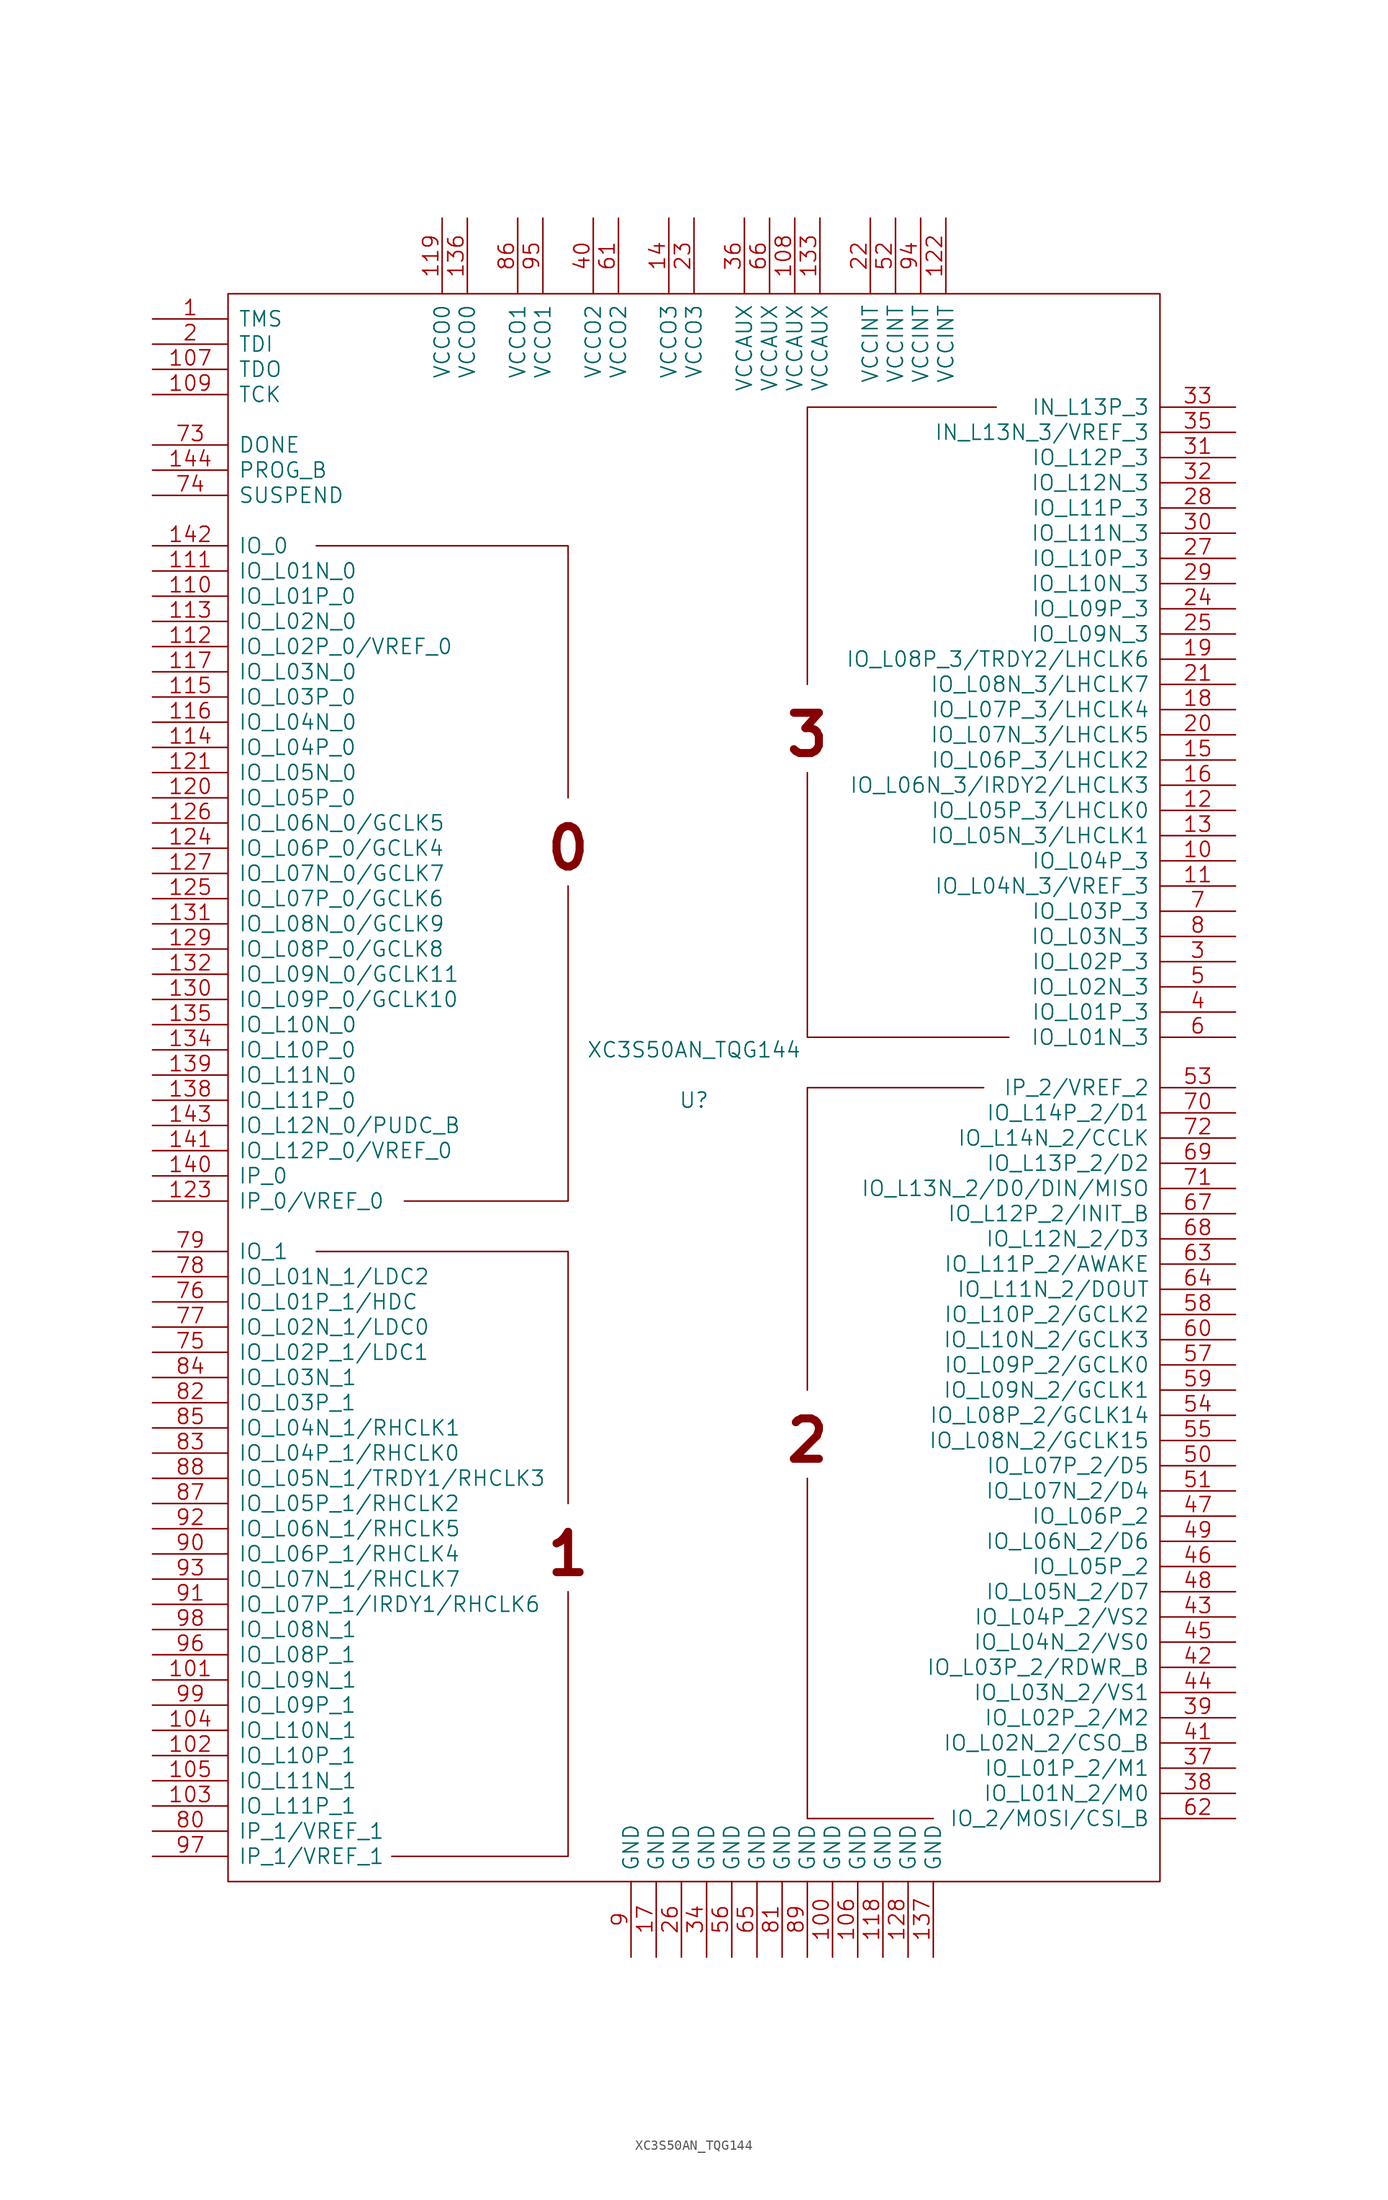
<source format=kicad_sym>
(kicad_symbol_lib
  (version 20211014)
  (generator kicad_symbol_editor)
  (symbol "XC3S50AN_TQG144"
    (pin_names
      (offset 1.016))
    (property "Reference" "U"
      (at 0 0 0)
      (effects (font (size 1.524 1.524))))
    (property "Value" "XC3S50AN_TQG144"
      (at 0 5.08 0)
      (effects (font (size 1.524 1.524))))
    (property "Footprint" ""
      (at 0 0 0)
      (effects (font (size 1.524 1.524))))
    (property "Datasheet" ""
      (at 0 0 0)
      (effects (font (size 1.524 1.524))))
    (symbol "XC3S50AN_TQG144_0_0"
      (text "0" (at -12.7 25.4 0) (effects (font (size 4.064 4.064) bold)))
      (text "1" (at -12.7 -45.72 0) (effects (font (size 4.064 4.064) bold)))
      (text "2" (at 11.43 -34.29 0) (effects (font (size 4.064 4.064) bold)))
      (text "3" (at 11.43 36.83 0) (effects (font (size 4.064 4.064) bold))))
    (symbol "XC3S50AN_TQG144_0_1"
      (rectangle (start -46.99 81.28) (end 46.99 -78.74) (stroke (width 0) (type default) (color 0 0 0 0)) (fill (type none)))
      (polyline (pts (xy -38.1 55.88) (xy -12.7 55.88) (xy -12.7 30.48) (xy -12.7 30.48)) (stroke (width 0) (type default) (color 0 0 0 0)) (fill (type none)))
      (polyline (pts (xy -29.21 -10.16) (xy -12.7 -10.16) (xy -12.7 21.59) (xy -12.7 21.59)) (stroke (width 0) (type default) (color 0 0 0 0)) (fill (type none)))
      (polyline (pts (xy -12.7 -40.64) (xy -12.7 -15.24) (xy -38.1 -15.24) (xy -38.1 -15.24)) (stroke (width 0) (type default) (color 0 0 0 0)) (fill (type none)))
      (polyline (pts (xy 24.13 -72.39) (xy 11.43 -72.39) (xy 11.43 -38.1) (xy 11.43 -38.1)) (stroke (width 0) (type default) (color 0 0 0 0)) (fill (type none)))
      (polyline (pts (xy 29.21 1.27) (xy 11.43 1.27) (xy 11.43 -29.21) (xy 11.43 -29.21)) (stroke (width 0) (type default) (color 0 0 0 0)) (fill (type none)))
      (polyline (pts (xy 30.48 69.85) (xy 11.43 69.85) (xy 11.43 41.91) (xy 11.43 41.91)) (stroke (width 0) (type default) (color 0 0 0 0)) (fill (type none)))
      (polyline (pts (xy 31.75 6.35) (xy 11.43 6.35) (xy 11.43 33.02) (xy 11.43 33.02)) (stroke (width 0) (type default) (color 0 0 0 0)) (fill (type none)))
      (polyline (pts (xy -30.48 -76.2) (xy -13.97 -76.2) (xy -12.7 -76.2) (xy -12.7 -49.53) (xy -12.7 -49.53)) (stroke (width 0) (type default) (color 0 0 0 0)) (fill (type none))))
    (symbol "XC3S50AN_TQG144_1_1"
      (pin input line (at -54.61 78.74 0) (length 7.62) (name "TMS" (effects (font (size 1.524 1.524)))) (number "1" (effects (font (size 1.524 1.524)))))
      (pin bidirectional line (at 54.61 24.13 180) (length 7.62) (name "IO_L04P_3" (effects (font (size 1.524 1.524)))) (number "10" (effects (font (size 1.524 1.524)))))
      (pin power_in line (at 13.97 -86.36 90) (length 7.62) (name "GND" (effects (font (size 1.524 1.524)))) (number "100" (effects (font (size 1.524 1.524)))))
      (pin bidirectional line (at -54.61 -58.42 0) (length 7.62) (name "IO_L09N_1" (effects (font (size 1.524 1.524)))) (number "101" (effects (font (size 1.524 1.524)))))
      (pin bidirectional line (at -54.61 -66.04 0) (length 7.62) (name "IO_L10P_1" (effects (font (size 1.524 1.524)))) (number "102" (effects (font (size 1.524 1.524)))))
      (pin bidirectional line (at -54.61 -71.12 0) (length 7.62) (name "IO_L11P_1" (effects (font (size 1.524 1.524)))) (number "103" (effects (font (size 1.524 1.524)))))
      (pin bidirectional line (at -54.61 -63.5 0) (length 7.62) (name "IO_L10N_1" (effects (font (size 1.524 1.524)))) (number "104" (effects (font (size 1.524 1.524)))))
      (pin bidirectional line (at -54.61 -68.58 0) (length 7.62) (name "IO_L11N_1" (effects (font (size 1.524 1.524)))) (number "105" (effects (font (size 1.524 1.524)))))
      (pin power_in line (at 16.51 -86.36 90) (length 7.62) (name "GND" (effects (font (size 1.524 1.524)))) (number "106" (effects (font (size 1.524 1.524)))))
      (pin output line (at -54.61 73.66 0) (length 7.62) (name "TDO" (effects (font (size 1.524 1.524)))) (number "107" (effects (font (size 1.524 1.524)))))
      (pin power_in line (at 10.16 88.9 270) (length 7.62) (name "VCCAUX" (effects (font (size 1.524 1.524)))) (number "108" (effects (font (size 1.524 1.524)))))
      (pin input line (at -54.61 71.12 0) (length 7.62) (name "TCK" (effects (font (size 1.524 1.524)))) (number "109" (effects (font (size 1.524 1.524)))))
      (pin bidirectional line (at 54.61 21.59 180) (length 7.62) (name "IO_L04N_3/VREF_3" (effects (font (size 1.524 1.524)))) (number "11" (effects (font (size 1.524 1.524)))))
      (pin bidirectional line (at -54.61 50.8 0) (length 7.62) (name "IO_L01P_0" (effects (font (size 1.524 1.524)))) (number "110" (effects (font (size 1.524 1.524)))))
      (pin bidirectional line (at -54.61 53.34 0) (length 7.62) (name "IO_L01N_0" (effects (font (size 1.524 1.524)))) (number "111" (effects (font (size 1.524 1.524)))))
      (pin bidirectional line (at -54.61 45.72 0) (length 7.62) (name "IO_L02P_0/VREF_0" (effects (font (size 1.524 1.524)))) (number "112" (effects (font (size 1.524 1.524)))))
      (pin bidirectional line (at -54.61 48.26 0) (length 7.62) (name "IO_L02N_0" (effects (font (size 1.524 1.524)))) (number "113" (effects (font (size 1.524 1.524)))))
      (pin bidirectional line (at -54.61 35.56 0) (length 7.62) (name "IO_L04P_0" (effects (font (size 1.524 1.524)))) (number "114" (effects (font (size 1.524 1.524)))))
      (pin bidirectional line (at -54.61 40.64 0) (length 7.62) (name "IO_L03P_0" (effects (font (size 1.524 1.524)))) (number "115" (effects (font (size 1.524 1.524)))))
      (pin bidirectional line (at -54.61 38.1 0) (length 7.62) (name "IO_L04N_0" (effects (font (size 1.524 1.524)))) (number "116" (effects (font (size 1.524 1.524)))))
      (pin bidirectional line (at -54.61 43.18 0) (length 7.62) (name "IO_L03N_0" (effects (font (size 1.524 1.524)))) (number "117" (effects (font (size 1.524 1.524)))))
      (pin power_in line (at 19.05 -86.36 90) (length 7.62) (name "GND" (effects (font (size 1.524 1.524)))) (number "118" (effects (font (size 1.524 1.524)))))
      (pin power_in line (at -25.4 88.9 270) (length 7.62) (name "VCCO0" (effects (font (size 1.524 1.524)))) (number "119" (effects (font (size 1.524 1.524)))))
      (pin bidirectional line (at 54.61 29.21 180) (length 7.62) (name "IO_L05P_3/LHCLK0" (effects (font (size 1.524 1.524)))) (number "12" (effects (font (size 1.524 1.524)))))
      (pin bidirectional line (at -54.61 30.48 0) (length 7.62) (name "IO_L05P_0" (effects (font (size 1.524 1.524)))) (number "120" (effects (font (size 1.524 1.524)))))
      (pin bidirectional line (at -54.61 33.02 0) (length 7.62) (name "IO_L05N_0" (effects (font (size 1.524 1.524)))) (number "121" (effects (font (size 1.524 1.524)))))
      (pin power_in line (at 25.4 88.9 270) (length 7.62) (name "VCCINT" (effects (font (size 1.524 1.524)))) (number "122" (effects (font (size 1.524 1.524)))))
      (pin input line (at -54.61 -10.16 0) (length 7.62) (name "IP_0/VREF_0" (effects (font (size 1.524 1.524)))) (number "123" (effects (font (size 1.524 1.524)))))
      (pin bidirectional line (at -54.61 25.4 0) (length 7.62) (name "IO_L06P_0/GCLK4" (effects (font (size 1.524 1.524)))) (number "124" (effects (font (size 1.524 1.524)))))
      (pin bidirectional line (at -54.61 20.32 0) (length 7.62) (name "IO_L07P_0/GCLK6" (effects (font (size 1.524 1.524)))) (number "125" (effects (font (size 1.524 1.524)))))
      (pin bidirectional line (at -54.61 27.94 0) (length 7.62) (name "IO_L06N_0/GCLK5" (effects (font (size 1.524 1.524)))) (number "126" (effects (font (size 1.524 1.524)))))
      (pin bidirectional line (at -54.61 22.86 0) (length 7.62) (name "IO_L07N_0/GCLK7" (effects (font (size 1.524 1.524)))) (number "127" (effects (font (size 1.524 1.524)))))
      (pin power_in line (at 21.59 -86.36 90) (length 7.62) (name "GND" (effects (font (size 1.524 1.524)))) (number "128" (effects (font (size 1.524 1.524)))))
      (pin bidirectional line (at -54.61 15.24 0) (length 7.62) (name "IO_L08P_0/GCLK8" (effects (font (size 1.524 1.524)))) (number "129" (effects (font (size 1.524 1.524)))))
      (pin bidirectional line (at 54.61 26.67 180) (length 7.62) (name "IO_L05N_3/LHCLK1" (effects (font (size 1.524 1.524)))) (number "13" (effects (font (size 1.524 1.524)))))
      (pin bidirectional line (at -54.61 10.16 0) (length 7.62) (name "IO_L09P_0/GCLK10" (effects (font (size 1.524 1.524)))) (number "130" (effects (font (size 1.524 1.524)))))
      (pin bidirectional line (at -54.61 17.78 0) (length 7.62) (name "IO_L08N_0/GCLK9" (effects (font (size 1.524 1.524)))) (number "131" (effects (font (size 1.524 1.524)))))
      (pin bidirectional line (at -54.61 12.7 0) (length 7.62) (name "IO_L09N_0/GCLK11" (effects (font (size 1.524 1.524)))) (number "132" (effects (font (size 1.524 1.524)))))
      (pin power_in line (at 12.7 88.9 270) (length 7.62) (name "VCCAUX" (effects (font (size 1.524 1.524)))) (number "133" (effects (font (size 1.524 1.524)))))
      (pin bidirectional line (at -54.61 5.08 0) (length 7.62) (name "IO_L10P_0" (effects (font (size 1.524 1.524)))) (number "134" (effects (font (size 1.524 1.524)))))
      (pin bidirectional line (at -54.61 7.62 0) (length 7.62) (name "IO_L10N_0" (effects (font (size 1.524 1.524)))) (number "135" (effects (font (size 1.524 1.524)))))
      (pin power_in line (at -22.86 88.9 270) (length 7.62) (name "VCCO0" (effects (font (size 1.524 1.524)))) (number "136" (effects (font (size 1.524 1.524)))))
      (pin power_in line (at 24.13 -86.36 90) (length 7.62) (name "GND" (effects (font (size 1.524 1.524)))) (number "137" (effects (font (size 1.524 1.524)))))
      (pin bidirectional line (at -54.61 0 0) (length 7.62) (name "IO_L11P_0" (effects (font (size 1.524 1.524)))) (number "138" (effects (font (size 1.524 1.524)))))
      (pin bidirectional line (at -54.61 2.54 0) (length 7.62) (name "IO_L11N_0" (effects (font (size 1.524 1.524)))) (number "139" (effects (font (size 1.524 1.524)))))
      (pin passive line (at -2.54 88.9 270) (length 7.62) (name "VCCO3" (effects (font (size 1.524 1.524)))) (number "14" (effects (font (size 1.524 1.524)))))
      (pin input line (at -54.61 -7.62 0) (length 7.62) (name "IP_0" (effects (font (size 1.524 1.524)))) (number "140" (effects (font (size 1.524 1.524)))))
      (pin bidirectional line (at -54.61 -5.08 0) (length 7.62) (name "IO_L12P_0/VREF_0" (effects (font (size 1.524 1.524)))) (number "141" (effects (font (size 1.524 1.524)))))
      (pin bidirectional line (at -54.61 55.88 0) (length 7.62) (name "IO_0" (effects (font (size 1.524 1.524)))) (number "142" (effects (font (size 1.524 1.524)))))
      (pin bidirectional line (at -54.61 -2.54 0) (length 7.62) (name "IO_L12N_0/PUDC_B" (effects (font (size 1.524 1.524)))) (number "143" (effects (font (size 1.524 1.524)))))
      (pin bidirectional line (at -54.61 63.5 0) (length 7.62) (name "PROG_B" (effects (font (size 1.524 1.524)))) (number "144" (effects (font (size 1.524 1.524)))))
      (pin bidirectional line (at 54.61 34.29 180) (length 7.62) (name "IO_L06P_3/LHCLK2" (effects (font (size 1.524 1.524)))) (number "15" (effects (font (size 1.524 1.524)))))
      (pin bidirectional line (at 54.61 31.75 180) (length 7.62) (name "IO_L06N_3/IRDY2/LHCLK3" (effects (font (size 1.524 1.524)))) (number "16" (effects (font (size 1.524 1.524)))))
      (pin power_in line (at -3.81 -86.36 90) (length 7.62) (name "GND" (effects (font (size 1.524 1.524)))) (number "17" (effects (font (size 1.524 1.524)))))
      (pin bidirectional line (at 54.61 39.37 180) (length 7.62) (name "IO_L07P_3/LHCLK4" (effects (font (size 1.524 1.524)))) (number "18" (effects (font (size 1.524 1.524)))))
      (pin bidirectional line (at 54.61 44.45 180) (length 7.62) (name "IO_L08P_3/TRDY2/LHCLK6" (effects (font (size 1.524 1.524)))) (number "19" (effects (font (size 1.524 1.524)))))
      (pin input line (at -54.61 76.2 0) (length 7.62) (name "TDI" (effects (font (size 1.524 1.524)))) (number "2" (effects (font (size 1.524 1.524)))))
      (pin bidirectional line (at 54.61 36.83 180) (length 7.62) (name "IO_L07N_3/LHCLK5" (effects (font (size 1.524 1.524)))) (number "20" (effects (font (size 1.524 1.524)))))
      (pin bidirectional line (at 54.61 41.91 180) (length 7.62) (name "IO_L08N_3/LHCLK7" (effects (font (size 1.524 1.524)))) (number "21" (effects (font (size 1.524 1.524)))))
      (pin power_in line (at 17.78 88.9 270) (length 7.62) (name "VCCINT" (effects (font (size 1.524 1.524)))) (number "22" (effects (font (size 1.524 1.524)))))
      (pin power_in line (at 0 88.9 270) (length 7.62) (name "VCCO3" (effects (font (size 1.524 1.524)))) (number "23" (effects (font (size 1.524 1.524)))))
      (pin bidirectional line (at 54.61 49.53 180) (length 7.62) (name "IO_L09P_3" (effects (font (size 1.524 1.524)))) (number "24" (effects (font (size 1.524 1.524)))))
      (pin bidirectional line (at 54.61 46.99 180) (length 7.62) (name "IO_L09N_3" (effects (font (size 1.524 1.524)))) (number "25" (effects (font (size 1.524 1.524)))))
      (pin power_in line (at -1.27 -86.36 90) (length 7.62) (name "GND" (effects (font (size 1.524 1.524)))) (number "26" (effects (font (size 1.524 1.524)))))
      (pin bidirectional line (at 54.61 54.61 180) (length 7.62) (name "IO_L10P_3" (effects (font (size 1.524 1.524)))) (number "27" (effects (font (size 1.524 1.524)))))
      (pin bidirectional line (at 54.61 59.69 180) (length 7.62) (name "IO_L11P_3" (effects (font (size 1.524 1.524)))) (number "28" (effects (font (size 1.524 1.524)))))
      (pin bidirectional line (at 54.61 52.07 180) (length 7.62) (name "IO_L10N_3" (effects (font (size 1.524 1.524)))) (number "29" (effects (font (size 1.524 1.524)))))
      (pin bidirectional line (at 54.61 13.97 180) (length 7.62) (name "IO_L02P_3" (effects (font (size 1.524 1.524)))) (number "3" (effects (font (size 1.524 1.524)))))
      (pin bidirectional line (at 54.61 57.15 180) (length 7.62) (name "IO_L11N_3" (effects (font (size 1.524 1.524)))) (number "30" (effects (font (size 1.524 1.524)))))
      (pin bidirectional line (at 54.61 64.77 180) (length 7.62) (name "IO_L12P_3" (effects (font (size 1.524 1.524)))) (number "31" (effects (font (size 1.524 1.524)))))
      (pin bidirectional line (at 54.61 62.23 180) (length 7.62) (name "IO_L12N_3" (effects (font (size 1.524 1.524)))) (number "32" (effects (font (size 1.524 1.524)))))
      (pin input line (at 54.61 69.85 180) (length 7.62) (name "IN_L13P_3" (effects (font (size 1.524 1.524)))) (number "33" (effects (font (size 1.524 1.524)))))
      (pin power_in line (at 1.27 -86.36 90) (length 7.62) (name "GND" (effects (font (size 1.524 1.524)))) (number "34" (effects (font (size 1.524 1.524)))))
      (pin input line (at 54.61 67.31 180) (length 7.62) (name "IN_L13N_3/VREF_3" (effects (font (size 1.524 1.524)))) (number "35" (effects (font (size 1.524 1.524)))))
      (pin power_in line (at 5.08 88.9 270) (length 7.62) (name "VCCAUX" (effects (font (size 1.524 1.524)))) (number "36" (effects (font (size 1.524 1.524)))))
      (pin bidirectional line (at 54.61 -67.31 180) (length 7.62) (name "IO_L01P_2/M1" (effects (font (size 1.524 1.524)))) (number "37" (effects (font (size 1.524 1.524)))))
      (pin bidirectional line (at 54.61 -69.85 180) (length 7.62) (name "IO_L01N_2/M0" (effects (font (size 1.524 1.524)))) (number "38" (effects (font (size 1.524 1.524)))))
      (pin bidirectional line (at 54.61 -62.23 180) (length 7.62) (name "IO_L02P_2/M2" (effects (font (size 1.524 1.524)))) (number "39" (effects (font (size 1.524 1.524)))))
      (pin bidirectional line (at 54.61 8.89 180) (length 7.62) (name "IO_L01P_3" (effects (font (size 1.524 1.524)))) (number "4" (effects (font (size 1.524 1.524)))))
      (pin power_in line (at -10.16 88.9 270) (length 7.62) (name "VCCO2" (effects (font (size 1.524 1.524)))) (number "40" (effects (font (size 1.524 1.524)))))
      (pin bidirectional line (at 54.61 -64.77 180) (length 7.62) (name "IO_L02N_2/CSO_B" (effects (font (size 1.524 1.524)))) (number "41" (effects (font (size 1.524 1.524)))))
      (pin bidirectional line (at 54.61 -57.15 180) (length 7.62) (name "IO_L03P_2/RDWR_B" (effects (font (size 1.524 1.524)))) (number "42" (effects (font (size 1.524 1.524)))))
      (pin bidirectional line (at 54.61 -52.07 180) (length 7.62) (name "IO_L04P_2/VS2" (effects (font (size 1.524 1.524)))) (number "43" (effects (font (size 1.524 1.524)))))
      (pin bidirectional line (at 54.61 -59.69 180) (length 7.62) (name "IO_L03N_2/VS1" (effects (font (size 1.524 1.524)))) (number "44" (effects (font (size 1.524 1.524)))))
      (pin bidirectional line (at 54.61 -54.61 180) (length 7.62) (name "IO_L04N_2/VS0" (effects (font (size 1.524 1.524)))) (number "45" (effects (font (size 1.524 1.524)))))
      (pin bidirectional line (at 54.61 -46.99 180) (length 7.62) (name "IO_L05P_2" (effects (font (size 1.524 1.524)))) (number "46" (effects (font (size 1.524 1.524)))))
      (pin bidirectional line (at 54.61 -41.91 180) (length 7.62) (name "IO_L06P_2" (effects (font (size 1.524 1.524)))) (number "47" (effects (font (size 1.524 1.524)))))
      (pin bidirectional line (at 54.61 -49.53 180) (length 7.62) (name "IO_L05N_2/D7" (effects (font (size 1.524 1.524)))) (number "48" (effects (font (size 1.524 1.524)))))
      (pin bidirectional line (at 54.61 -44.45 180) (length 7.62) (name "IO_L06N_2/D6" (effects (font (size 1.524 1.524)))) (number "49" (effects (font (size 1.524 1.524)))))
      (pin bidirectional line (at 54.61 11.43 180) (length 7.62) (name "IO_L02N_3" (effects (font (size 1.524 1.524)))) (number "5" (effects (font (size 1.524 1.524)))))
      (pin bidirectional line (at 54.61 -36.83 180) (length 7.62) (name "IO_L07P_2/D5" (effects (font (size 1.524 1.524)))) (number "50" (effects (font (size 1.524 1.524)))))
      (pin bidirectional line (at 54.61 -39.37 180) (length 7.62) (name "IO_L07N_2/D4" (effects (font (size 1.524 1.524)))) (number "51" (effects (font (size 1.524 1.524)))))
      (pin power_in line (at 20.32 88.9 270) (length 7.62) (name "VCCINT" (effects (font (size 1.524 1.524)))) (number "52" (effects (font (size 1.524 1.524)))))
      (pin input line (at 54.61 1.27 180) (length 7.62) (name "IP_2/VREF_2" (effects (font (size 1.524 1.524)))) (number "53" (effects (font (size 1.524 1.524)))))
      (pin bidirectional line (at 54.61 -31.75 180) (length 7.62) (name "IO_L08P_2/GCLK14" (effects (font (size 1.524 1.524)))) (number "54" (effects (font (size 1.524 1.524)))))
      (pin bidirectional line (at 54.61 -34.29 180) (length 7.62) (name "IO_L08N_2/GCLK15" (effects (font (size 1.524 1.524)))) (number "55" (effects (font (size 1.524 1.524)))))
      (pin power_in line (at 3.81 -86.36 90) (length 7.62) (name "GND" (effects (font (size 1.524 1.524)))) (number "56" (effects (font (size 1.524 1.524)))))
      (pin bidirectional line (at 54.61 -26.67 180) (length 7.62) (name "IO_L09P_2/GCLK0" (effects (font (size 1.524 1.524)))) (number "57" (effects (font (size 1.524 1.524)))))
      (pin bidirectional line (at 54.61 -21.59 180) (length 7.62) (name "IO_L10P_2/GCLK2" (effects (font (size 1.524 1.524)))) (number "58" (effects (font (size 1.524 1.524)))))
      (pin bidirectional line (at 54.61 -29.21 180) (length 7.62) (name "IO_L09N_2/GCLK1" (effects (font (size 1.524 1.524)))) (number "59" (effects (font (size 1.524 1.524)))))
      (pin bidirectional line (at 54.61 6.35 180) (length 7.62) (name "IO_L01N_3" (effects (font (size 1.524 1.524)))) (number "6" (effects (font (size 1.524 1.524)))))
      (pin bidirectional line (at 54.61 -24.13 180) (length 7.62) (name "IO_L10N_2/GCLK3" (effects (font (size 1.524 1.524)))) (number "60" (effects (font (size 1.524 1.524)))))
      (pin power_in line (at -7.62 88.9 270) (length 7.62) (name "VCCO2" (effects (font (size 1.524 1.524)))) (number "61" (effects (font (size 1.524 1.524)))))
      (pin bidirectional line (at 54.61 -72.39 180) (length 7.62) (name "IO_2/MOSI/CSI_B" (effects (font (size 1.524 1.524)))) (number "62" (effects (font (size 1.524 1.524)))))
      (pin bidirectional line (at 54.61 -16.51 180) (length 7.62) (name "IO_L11P_2/AWAKE" (effects (font (size 1.524 1.524)))) (number "63" (effects (font (size 1.524 1.524)))))
      (pin bidirectional line (at 54.61 -19.05 180) (length 7.62) (name "IO_L11N_2/DOUT" (effects (font (size 1.524 1.524)))) (number "64" (effects (font (size 1.524 1.524)))))
      (pin power_in line (at 6.35 -86.36 90) (length 7.62) (name "GND" (effects (font (size 1.524 1.524)))) (number "65" (effects (font (size 1.524 1.524)))))
      (pin power_in line (at 7.62 88.9 270) (length 7.62) (name "VCCAUX" (effects (font (size 1.524 1.524)))) (number "66" (effects (font (size 1.524 1.524)))))
      (pin bidirectional line (at 54.61 -11.43 180) (length 7.62) (name "IO_L12P_2/INIT_B" (effects (font (size 1.524 1.524)))) (number "67" (effects (font (size 1.524 1.524)))))
      (pin bidirectional line (at 54.61 -13.97 180) (length 7.62) (name "IO_L12N_2/D3" (effects (font (size 1.524 1.524)))) (number "68" (effects (font (size 1.524 1.524)))))
      (pin bidirectional line (at 54.61 -6.35 180) (length 7.62) (name "IO_L13P_2/D2" (effects (font (size 1.524 1.524)))) (number "69" (effects (font (size 1.524 1.524)))))
      (pin bidirectional line (at 54.61 19.05 180) (length 7.62) (name "IO_L03P_3" (effects (font (size 1.524 1.524)))) (number "7" (effects (font (size 1.524 1.524)))))
      (pin bidirectional line (at 54.61 -1.27 180) (length 7.62) (name "IO_L14P_2/D1" (effects (font (size 1.524 1.524)))) (number "70" (effects (font (size 1.524 1.524)))))
      (pin bidirectional line (at 54.61 -8.89 180) (length 7.62) (name "IO_L13N_2/D0/DIN/MISO" (effects (font (size 1.524 1.524)))) (number "71" (effects (font (size 1.524 1.524)))))
      (pin bidirectional line (at 54.61 -3.81 180) (length 7.62) (name "IO_L14N_2/CCLK" (effects (font (size 1.524 1.524)))) (number "72" (effects (font (size 1.524 1.524)))))
      (pin bidirectional line (at -54.61 66.04 0) (length 7.62) (name "DONE" (effects (font (size 1.524 1.524)))) (number "73" (effects (font (size 1.524 1.524)))))
      (pin input line (at -54.61 60.96 0) (length 7.62) (name "SUSPEND" (effects (font (size 1.524 1.524)))) (number "74" (effects (font (size 1.524 1.524)))))
      (pin bidirectional line (at -54.61 -25.4 0) (length 7.62) (name "IO_L02P_1/LDC1" (effects (font (size 1.524 1.524)))) (number "75" (effects (font (size 1.524 1.524)))))
      (pin bidirectional line (at -54.61 -20.32 0) (length 7.62) (name "IO_L01P_1/HDC" (effects (font (size 1.524 1.524)))) (number "76" (effects (font (size 1.524 1.524)))))
      (pin bidirectional line (at -54.61 -22.86 0) (length 7.62) (name "IO_L02N_1/LDC0" (effects (font (size 1.524 1.524)))) (number "77" (effects (font (size 1.524 1.524)))))
      (pin bidirectional line (at -54.61 -17.78 0) (length 7.62) (name "IO_L01N_1/LDC2" (effects (font (size 1.524 1.524)))) (number "78" (effects (font (size 1.524 1.524)))))
      (pin bidirectional line (at -54.61 -15.24 0) (length 7.62) (name "IO_1" (effects (font (size 1.524 1.524)))) (number "79" (effects (font (size 1.524 1.524)))))
      (pin bidirectional line (at 54.61 16.51 180) (length 7.62) (name "IO_L03N_3" (effects (font (size 1.524 1.524)))) (number "8" (effects (font (size 1.524 1.524)))))
      (pin input line (at -54.61 -73.66 0) (length 7.62) (name "IP_1/VREF_1" (effects (font (size 1.524 1.524)))) (number "80" (effects (font (size 1.524 1.524)))))
      (pin power_in line (at 8.89 -86.36 90) (length 7.62) (name "GND" (effects (font (size 1.524 1.524)))) (number "81" (effects (font (size 1.524 1.524)))))
      (pin bidirectional line (at -54.61 -30.48 0) (length 7.62) (name "IO_L03P_1" (effects (font (size 1.524 1.524)))) (number "82" (effects (font (size 1.524 1.524)))))
      (pin bidirectional line (at -54.61 -35.56 0) (length 7.62) (name "IO_L04P_1/RHCLK0" (effects (font (size 1.524 1.524)))) (number "83" (effects (font (size 1.524 1.524)))))
      (pin bidirectional line (at -54.61 -27.94 0) (length 7.62) (name "IO_L03N_1" (effects (font (size 1.524 1.524)))) (number "84" (effects (font (size 1.524 1.524)))))
      (pin bidirectional line (at -54.61 -33.02 0) (length 7.62) (name "IO_L04N_1/RHCLK1" (effects (font (size 1.524 1.524)))) (number "85" (effects (font (size 1.524 1.524)))))
      (pin power_in line (at -17.78 88.9 270) (length 7.62) (name "VCCO1" (effects (font (size 1.524 1.524)))) (number "86" (effects (font (size 1.524 1.524)))))
      (pin bidirectional line (at -54.61 -40.64 0) (length 7.62) (name "IO_L05P_1/RHCLK2" (effects (font (size 1.524 1.524)))) (number "87" (effects (font (size 1.524 1.524)))))
      (pin bidirectional line (at -54.61 -38.1 0) (length 7.62) (name "IO_L05N_1/TRDY1/RHCLK3" (effects (font (size 1.524 1.524)))) (number "88" (effects (font (size 1.524 1.524)))))
      (pin power_in line (at 11.43 -86.36 90) (length 7.62) (name "GND" (effects (font (size 1.524 1.524)))) (number "89" (effects (font (size 1.524 1.524)))))
      (pin power_in line (at -6.35 -86.36 90) (length 7.62) (name "GND" (effects (font (size 1.524 1.524)))) (number "9" (effects (font (size 1.524 1.524)))))
      (pin bidirectional line (at -54.61 -45.72 0) (length 7.62) (name "IO_L06P_1/RHCLK4" (effects (font (size 1.524 1.524)))) (number "90" (effects (font (size 1.524 1.524)))))
      (pin bidirectional line (at -54.61 -50.8 0) (length 7.62) (name "IO_L07P_1/IRDY1/RHCLK6" (effects (font (size 1.524 1.524)))) (number "91" (effects (font (size 1.524 1.524)))))
      (pin bidirectional line (at -54.61 -43.18 0) (length 7.62) (name "IO_L06N_1/RHCLK5" (effects (font (size 1.524 1.524)))) (number "92" (effects (font (size 1.524 1.524)))))
      (pin bidirectional line (at -54.61 -48.26 0) (length 7.62) (name "IO_L07N_1/RHCLK7" (effects (font (size 1.524 1.524)))) (number "93" (effects (font (size 1.524 1.524)))))
      (pin power_in line (at 22.86 88.9 270) (length 7.62) (name "VCCINT" (effects (font (size 1.524 1.524)))) (number "94" (effects (font (size 1.524 1.524)))))
      (pin power_in line (at -15.24 88.9 270) (length 7.62) (name "VCCO1" (effects (font (size 1.524 1.524)))) (number "95" (effects (font (size 1.524 1.524)))))
      (pin bidirectional line (at -54.61 -55.88 0) (length 7.62) (name "IO_L08P_1" (effects (font (size 1.524 1.524)))) (number "96" (effects (font (size 1.524 1.524)))))
      (pin input line (at -54.61 -76.2 0) (length 7.62) (name "IP_1/VREF_1" (effects (font (size 1.524 1.524)))) (number "97" (effects (font (size 1.524 1.524)))))
      (pin bidirectional line (at -54.61 -53.34 0) (length 7.62) (name "IO_L08N_1" (effects (font (size 1.524 1.524)))) (number "98" (effects (font (size 1.524 1.524)))))
      (pin bidirectional line (at -54.61 -60.96 0) (length 7.62) (name "IO_L09P_1" (effects (font (size 1.524 1.524)))) (number "99" (effects (font (size 1.524 1.524))))))))
</source>
